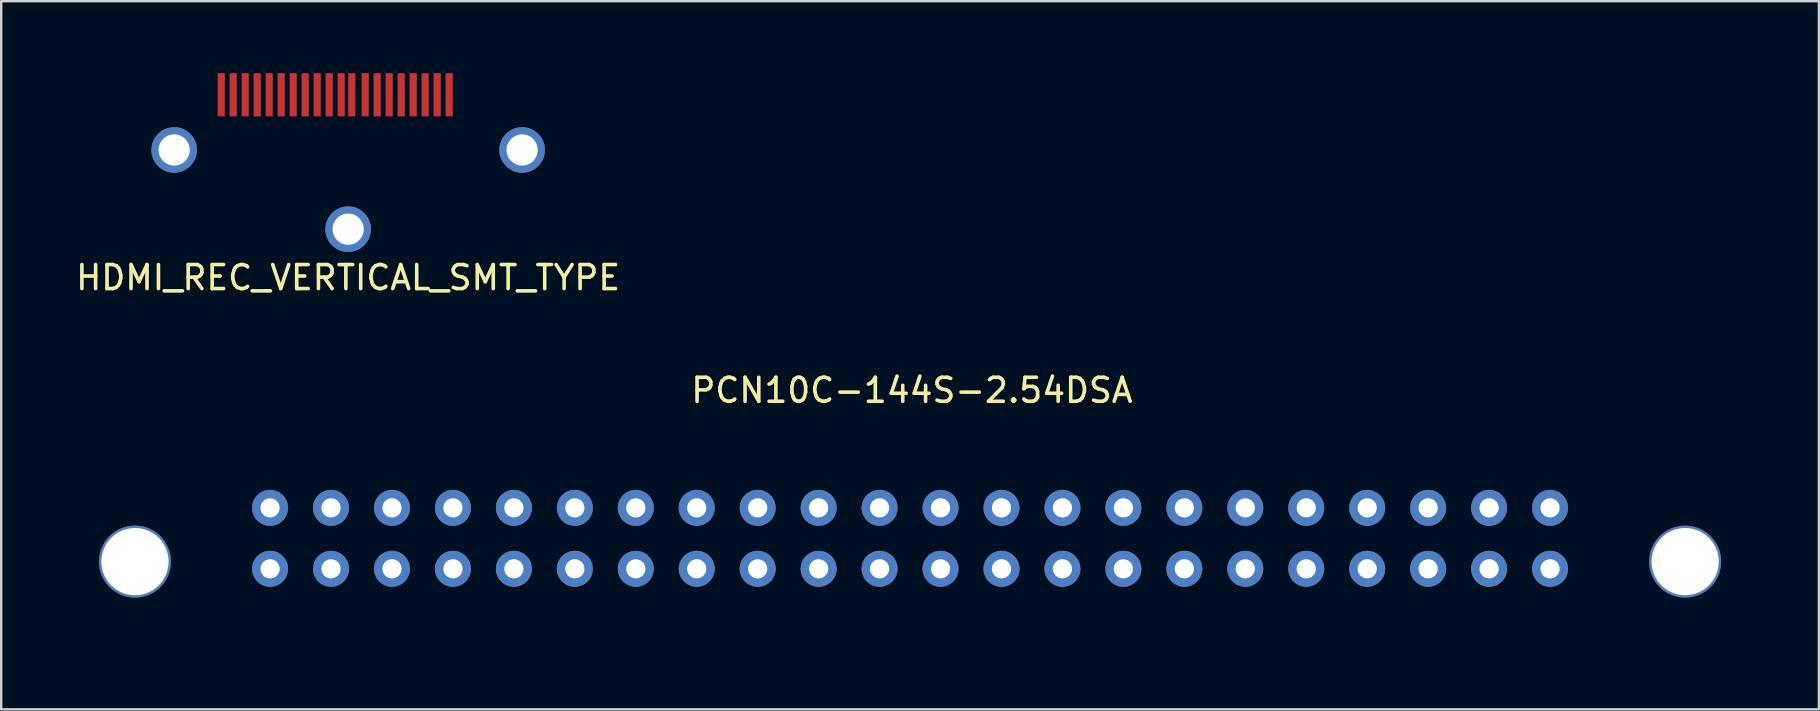
<source format=kicad_pcb>
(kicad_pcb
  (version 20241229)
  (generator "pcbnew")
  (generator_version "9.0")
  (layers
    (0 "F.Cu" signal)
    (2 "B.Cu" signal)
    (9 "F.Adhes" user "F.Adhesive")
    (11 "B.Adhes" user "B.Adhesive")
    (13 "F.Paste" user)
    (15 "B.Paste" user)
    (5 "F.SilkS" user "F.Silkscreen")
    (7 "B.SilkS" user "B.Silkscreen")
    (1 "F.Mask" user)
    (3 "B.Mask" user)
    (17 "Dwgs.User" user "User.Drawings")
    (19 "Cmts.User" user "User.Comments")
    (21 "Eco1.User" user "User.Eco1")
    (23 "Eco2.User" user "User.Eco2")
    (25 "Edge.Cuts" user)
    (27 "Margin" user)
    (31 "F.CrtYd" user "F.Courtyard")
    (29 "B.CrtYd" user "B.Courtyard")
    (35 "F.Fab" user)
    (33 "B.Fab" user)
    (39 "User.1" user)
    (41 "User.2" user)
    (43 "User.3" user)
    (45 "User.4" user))
  (footprint "HDMI_REC_VERTICAL_SMT_TYPE"
    (layer "F.Cu")
    (at 11.458 0.9)
    (property "Reference" "HDMI_REC_VERTICAL_SMT_TYPE" (at 0 7.62 0) (layer "F.SilkS") (effects (font (size 1 1) (thickness 0.15))))
    (attr through_hole)
    (pad "" thru_hole circle (at -7.25 2.3) (size 1.9 1.9) (drill 1.3) (layers "*.Cu" "*.Mask"))
    (pad "" thru_hole circle (at 0 5.6) (size 1.9 1.9) (drill 1.3) (layers "*.Cu" "*.Mask"))
    (pad "" thru_hole circle (at 7.25 2.3) (size 1.9 1.9) (drill 1.3) (layers "*.Cu" "*.Mask"))
    (pad "1" smd rect (at 4.21 0) (size 0.3 1.8) (layers "F.Cu" "F.Mask" "F.Paste"))
    (pad "2" smd rect (at 3.71 0) (size 0.3 1.8) (layers "F.Cu" "F.Mask" "F.Paste"))
    (pad "3" smd rect (at 3.21 0) (size 0.3 1.8) (layers "F.Cu" "F.Mask" "F.Paste"))
    (pad "4" smd rect (at 2.71 0) (size 0.3 1.8) (layers "F.Cu" "F.Mask" "F.Paste"))
    (pad "5" smd rect (at 2.21 0) (size 0.3 1.8) (layers "F.Cu" "F.Mask" "F.Paste"))
    (pad "6" smd rect (at 1.71 0) (size 0.3 1.8) (layers "F.Cu" "F.Mask" "F.Paste"))
    (pad "7" smd rect (at 1.21 0) (size 0.3 1.8) (layers "F.Cu" "F.Mask" "F.Paste"))
    (pad "8" smd rect (at 0.71 0) (size 0.3 1.8) (layers "F.Cu" "F.Mask" "F.Paste"))
    (pad "9" smd rect (at -0.29 0) (size 0.3 1.8) (layers "F.Cu" "F.Mask" "F.Paste"))
    (pad "9" smd rect (at 0.15 0) (size 0.3 1.8) (layers "F.Cu" "F.Mask" "F.Paste"))
    (pad "10" smd rect (at -0.79 0) (size 0.3 1.8) (layers "F.Cu" "F.Mask" "F.Paste"))
    (pad "11" smd rect (at -1.29 0) (size 0.3 1.8) (layers "F.Cu" "F.Mask" "F.Paste"))
    (pad "12" smd rect (at -1.79 0) (size 0.3 1.8) (layers "F.Cu" "F.Mask" "F.Paste"))
    (pad "13" smd rect (at -2.29 0) (size 0.3 1.8) (layers "F.Cu" "F.Mask" "F.Paste"))
    (pad "14" smd rect (at -2.79 0) (size 0.3 1.8) (layers "F.Cu" "F.Mask" "F.Paste"))
    (pad "15" smd rect (at -3.29 0) (size 0.3 1.8) (layers "F.Cu" "F.Mask" "F.Paste"))
    (pad "16" smd rect (at -3.79 0) (size 0.3 1.8) (layers "F.Cu" "F.Mask" "F.Paste"))
    (pad "17" smd rect (at -4.29 0) (size 0.3 1.8) (layers "F.Cu" "F.Mask" "F.Paste"))
    (pad "18" smd rect (at -4.79 0) (size 0.3 1.8) (layers "F.Cu" "F.Mask" "F.Paste"))
    (pad "19" smd rect (at -5.29 0) (size 0.3 1.8) (layers "F.Cu" "F.Mask" "F.Paste")))
  (footprint "PCN10C-144S-2.54DSA"
    (layer "F.Cu")
    (at 34.875 19.384)
    (property "Reference" "PCN10C-144S-2.54DSA" (at 0.076 -6.167 0) (layer "F.SilkS") (effects (font (size 1 1) (thickness 0.15))))
    (attr through_hole)
    (fp_line (start -34.8 -4.05) (end -34.8 4.05) (stroke (width 0.15) (type solid)) (layer "B.Paste"))
    (fp_line (start -34.8 4.05) (end 34.8 4.05) (stroke (width 0.15) (type solid)) (layer "B.Paste"))
    (fp_line (start 34.8 -4.05) (end -34.8 -4.05) (stroke (width 0.15) (type solid)) (layer "B.Paste"))
    (fp_line (start 34.8 -4.05) (end 34.8 4.05) (stroke (width 0.15) (type solid)) (layer "B.Paste"))
    (pad "" thru_hole circle (at -32.3 0.97) (size 3 3) (drill 2.8) (layers "*.Cu" "*.Mask"))
    (pad "" thru_hole circle (at 32.3 0.97) (size 3 3) (drill 2.8) (layers "*.Cu" "*.Mask"))
    (pad "1" thru_hole circle (at 26.67 -1.27) (size 1.5 1.5) (drill 0.8) (layers "*.Cu" "*.Mask"))
    (pad "2" thru_hole circle (at 24.13 -1.27) (size 1.5 1.5) (drill 0.8) (layers "*.Cu" "*.Mask"))
    (pad "3" thru_hole circle (at 21.59 -1.27) (size 1.5 1.5) (drill 0.8) (layers "*.Cu" "*.Mask"))
    (pad "4" thru_hole circle (at 19.05 -1.27) (size 1.5 1.5) (drill 0.8) (layers "*.Cu" "*.Mask"))
    (pad "5" thru_hole circle (at 16.51 -1.27) (size 1.5 1.5) (drill 0.8) (layers "*.Cu" "*.Mask"))
    (pad "6" thru_hole circle (at 13.97 -1.27) (size 1.5 1.5) (drill 0.8) (layers "*.Cu" "*.Mask"))
    (pad "7" thru_hole circle (at 11.43 -1.27) (size 1.5 1.5) (drill 0.8) (layers "*.Cu" "*.Mask"))
    (pad "8" thru_hole circle (at 8.89 -1.27) (size 1.5 1.5) (drill 0.8) (layers "*.Cu" "*.Mask"))
    (pad "9" thru_hole circle (at 6.35 -1.27) (size 1.5 1.5) (drill 0.8) (layers "*.Cu" "*.Mask"))
    (pad "10" thru_hole circle (at 3.81 -1.27) (size 1.5 1.5) (drill 0.8) (layers "*.Cu" "*.Mask"))
    (pad "11" thru_hole circle (at 1.27 -1.27) (size 1.5 1.5) (drill 0.8) (layers "*.Cu" "*.Mask"))
    (pad "12" thru_hole circle (at -1.27 -1.27) (size 1.5 1.5) (drill 0.8) (layers "*.Cu" "*.Mask"))
    (pad "13" thru_hole circle (at -3.81 -1.27) (size 1.5 1.5) (drill 0.8) (layers "*.Cu" "*.Mask"))
    (pad "14" thru_hole circle (at -6.35 -1.27) (size 1.5 1.5) (drill 0.8) (layers "*.Cu" "*.Mask"))
    (pad "15" thru_hole circle (at -8.89 -1.27) (size 1.5 1.5) (drill 0.8) (layers "*.Cu" "*.Mask"))
    (pad "16" thru_hole circle (at -11.43 -1.27) (size 1.5 1.5) (drill 0.8) (layers "*.Cu" "*.Mask"))
    (pad "17" thru_hole circle (at -13.97 -1.27) (size 1.5 1.5) (drill 0.8) (layers "*.Cu" "*.Mask"))
    (pad "18" thru_hole circle (at -16.51 -1.27) (size 1.5 1.5) (drill 0.8) (layers "*.Cu" "*.Mask"))
    (pad "19" thru_hole circle (at -19.05 -1.27) (size 1.5 1.5) (drill 0.8) (layers "*.Cu" "*.Mask"))
    (pad "20" thru_hole circle (at -21.59 -1.27) (size 1.5 1.5) (drill 0.8) (layers "*.Cu" "*.Mask"))
    (pad "21" thru_hole circle (at -24.13 -1.27) (size 1.5 1.5) (drill 0.8) (layers "*.Cu" "*.Mask"))
    (pad "22" thru_hole circle (at -26.67 -1.27) (size 1.5 1.5) (drill 0.8) (layers "*.Cu" "*.Mask"))
    (pad "23" thru_hole circle (at -26.67 1.27) (size 1.5 1.5) (drill 0.8) (layers "*.Cu" "*.Mask"))
    (pad "24" thru_hole circle (at -24.13 1.27) (size 1.5 1.5) (drill 0.8) (layers "*.Cu" "*.Mask"))
    (pad "25" thru_hole circle (at -21.59 1.27) (size 1.5 1.5) (drill 0.8) (layers "*.Cu" "*.Mask"))
    (pad "26" thru_hole circle (at -19.05 1.27) (size 1.5 1.5) (drill 0.8) (layers "*.Cu" "*.Mask"))
    (pad "27" thru_hole circle (at -16.51 1.27) (size 1.5 1.5) (drill 0.8) (layers "*.Cu" "*.Mask"))
    (pad "28" thru_hole circle (at -13.97 1.27) (size 1.5 1.5) (drill 0.8) (layers "*.Cu" "*.Mask"))
    (pad "29" thru_hole circle (at -11.43 1.27) (size 1.5 1.5) (drill 0.8) (layers "*.Cu" "*.Mask"))
    (pad "30" thru_hole circle (at -8.89 1.27) (size 1.5 1.5) (drill 0.8) (layers "*.Cu" "*.Mask"))
    (pad "31" thru_hole circle (at -6.35 1.27) (size 1.5 1.5) (drill 0.8) (layers "*.Cu" "*.Mask"))
    (pad "32" thru_hole circle (at -3.81 1.27) (size 1.5 1.5) (drill 0.8) (layers "*.Cu" "*.Mask"))
    (pad "33" thru_hole circle (at -1.27 1.27) (size 1.5 1.5) (drill 0.8) (layers "*.Cu" "*.Mask"))
    (pad "34" thru_hole circle (at 1.27 1.27) (size 1.5 1.5) (drill 0.8) (layers "*.Cu" "*.Mask"))
    (pad "35" thru_hole circle (at 3.81 1.27) (size 1.5 1.5) (drill 0.8) (layers "*.Cu" "*.Mask"))
    (pad "36" thru_hole circle (at 6.35 1.27) (size 1.5 1.5) (drill 0.8) (layers "*.Cu" "*.Mask"))
    (pad "37" thru_hole circle (at 8.89 1.27) (size 1.5 1.5) (drill 0.8) (layers "*.Cu" "*.Mask"))
    (pad "38" thru_hole circle (at 11.43 1.27) (size 1.5 1.5) (drill 0.8) (layers "*.Cu" "*.Mask"))
    (pad "39" thru_hole circle (at 13.97 1.27) (size 1.5 1.5) (drill 0.8) (layers "*.Cu" "*.Mask"))
    (pad "40" thru_hole circle (at 16.51 1.27) (size 1.5 1.5) (drill 0.8) (layers "*.Cu" "*.Mask"))
    (pad "41" thru_hole circle (at 19.05 1.27) (size 1.5 1.5) (drill 0.8) (layers "*.Cu" "*.Mask"))
    (pad "42" thru_hole circle (at 21.59 1.27) (size 1.5 1.5) (drill 0.8) (layers "*.Cu" "*.Mask"))
    (pad "43" thru_hole circle (at 24.13 1.27) (size 1.5 1.5) (drill 0.8) (layers "*.Cu" "*.Mask"))
    (pad "44" thru_hole circle (at 26.67 1.27) (size 1.5 1.5) (drill 0.8) (layers "*.Cu" "*.Mask")))
  (gr_rect
    (start -3 -3)
    (end 72.75 26.509)
    (stroke (width 0.1) (type default))
    (fill no)
    (layer "Edge.Cuts")))
</source>
